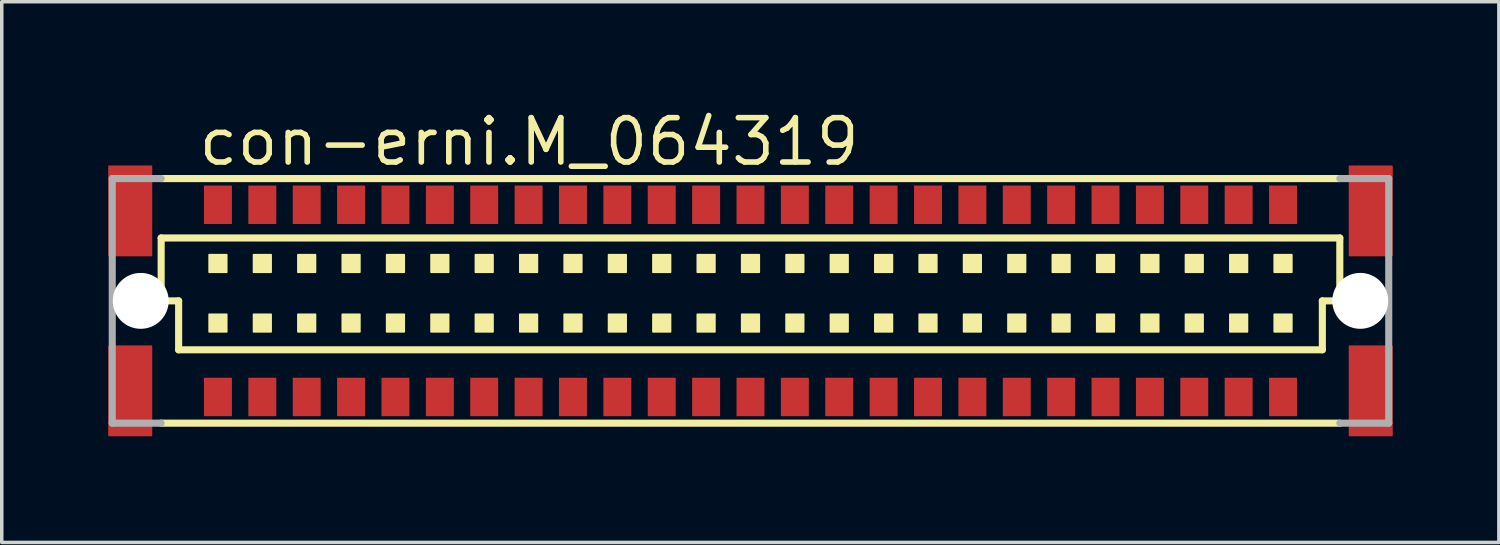
<source format=kicad_pcb>
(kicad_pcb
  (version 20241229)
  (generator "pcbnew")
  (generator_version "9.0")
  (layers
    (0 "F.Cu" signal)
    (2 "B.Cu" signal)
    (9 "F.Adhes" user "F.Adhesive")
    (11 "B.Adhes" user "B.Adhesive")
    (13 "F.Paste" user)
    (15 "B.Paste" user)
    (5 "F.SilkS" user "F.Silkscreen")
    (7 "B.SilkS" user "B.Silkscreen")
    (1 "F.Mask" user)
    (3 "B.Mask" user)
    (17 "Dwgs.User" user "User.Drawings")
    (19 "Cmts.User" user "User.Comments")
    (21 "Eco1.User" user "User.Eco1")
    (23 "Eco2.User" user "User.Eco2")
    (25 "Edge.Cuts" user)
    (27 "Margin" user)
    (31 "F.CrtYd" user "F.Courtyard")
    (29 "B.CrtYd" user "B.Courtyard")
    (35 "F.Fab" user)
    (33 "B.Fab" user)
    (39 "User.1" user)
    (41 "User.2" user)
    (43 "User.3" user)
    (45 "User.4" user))
  (footprint "con-erni.M_064319"
    (layer "F.Cu")
    (at 18.427 5.56)
    (property "Reference" "con-erni.M_064319" (at -15.875 -3.81 0) (layer "F.SilkS") (effects (font (size 1.27 1.27) (thickness 0.16)) (justify left bottom)))
    (attr smd)
    (fp_rect (start -18.355 -1.3) (end -17.145 -3.85) (stroke (width 0.05) (type default)) (fill yes) (layer "F.Cu"))
    (fp_rect (start -18.355 3.85) (end -17.145 1.3) (stroke (width 0.05) (type default)) (fill yes) (layer "F.Cu"))
    (fp_rect (start 17.145 -1.3) (end 18.355 -3.85) (stroke (width 0.05) (type default)) (fill yes) (layer "F.Cu"))
    (fp_rect (start 17.145 3.85) (end 18.355 1.3) (stroke (width 0.05) (type default)) (fill yes) (layer "F.Cu"))
    (fp_rect (start -18.402 -1.262) (end -17.115 -3.888) (stroke (width 0.05) (type default)) (fill yes) (layer "F.Mask"))
    (fp_rect (start -18.39 3.888) (end -17.102 1.262) (stroke (width 0.05) (type default)) (fill yes) (layer "F.Mask"))
    (fp_rect (start 17.103 -1.262) (end 18.39 -3.888) (stroke (width 0.05) (type default)) (fill yes) (layer "F.Mask"))
    (fp_rect (start 17.103 3.888) (end 18.39 1.262) (stroke (width 0.05) (type default)) (fill yes) (layer "F.Mask"))
    (fp_line (start -16.865 -3.5) (end 16.865 -3.5) (stroke (width 0.203) (type default)) (layer "F.SilkS"))
    (fp_line (start -16.865 -1.8) (end 16.865 -1.8) (stroke (width 0.203) (type default)) (layer "F.SilkS"))
    (fp_line (start -16.865 0) (end -16.865 -1.8) (stroke (width 0.203) (type default)) (layer "F.SilkS"))
    (fp_line (start -16.365 0) (end -16.865 0) (stroke (width 0.203) (type default)) (layer "F.SilkS"))
    (fp_line (start -16.365 1.4) (end -16.365 0) (stroke (width 0.203) (type default)) (layer "F.SilkS"))
    (fp_line (start 16.365 0) (end 16.365 1.4) (stroke (width 0.203) (type default)) (layer "F.SilkS"))
    (fp_line (start 16.365 1.4) (end -16.365 1.4) (stroke (width 0.203) (type default)) (layer "F.SilkS"))
    (fp_line (start 16.865 -1.8) (end 16.865 0) (stroke (width 0.203) (type default)) (layer "F.SilkS"))
    (fp_line (start 16.865 0) (end 16.365 0) (stroke (width 0.203) (type default)) (layer "F.SilkS"))
    (fp_line (start 16.865 3.5) (end -16.865 3.5) (stroke (width 0.203) (type default)) (layer "F.SilkS"))
    (fp_rect (start -15.49 -0.82) (end -14.99 -1.32) (stroke (width 0.05) (type default)) (fill yes) (layer "F.SilkS"))
    (fp_rect (start -15.49 0.885) (end -14.99 0.385) (stroke (width 0.05) (type default)) (fill yes) (layer "F.SilkS"))
    (fp_rect (start -14.22 -0.82) (end -13.72 -1.32) (stroke (width 0.05) (type default)) (fill yes) (layer "F.SilkS"))
    (fp_rect (start -14.22 0.885) (end -13.72 0.385) (stroke (width 0.05) (type default)) (fill yes) (layer "F.SilkS"))
    (fp_rect (start -12.95 -0.82) (end -12.45 -1.32) (stroke (width 0.05) (type default)) (fill yes) (layer "F.SilkS"))
    (fp_rect (start -12.95 0.885) (end -12.45 0.385) (stroke (width 0.05) (type default)) (fill yes) (layer "F.SilkS"))
    (fp_rect (start -11.68 -0.82) (end -11.18 -1.32) (stroke (width 0.05) (type default)) (fill yes) (layer "F.SilkS"))
    (fp_rect (start -11.68 0.885) (end -11.18 0.385) (stroke (width 0.05) (type default)) (fill yes) (layer "F.SilkS"))
    (fp_rect (start -10.41 -0.82) (end -9.91 -1.32) (stroke (width 0.05) (type default)) (fill yes) (layer "F.SilkS"))
    (fp_rect (start -10.41 0.885) (end -9.91 0.385) (stroke (width 0.05) (type default)) (fill yes) (layer "F.SilkS"))
    (fp_rect (start -9.14 -0.82) (end -8.64 -1.32) (stroke (width 0.05) (type default)) (fill yes) (layer "F.SilkS"))
    (fp_rect (start -9.14 0.885) (end -8.64 0.385) (stroke (width 0.05) (type default)) (fill yes) (layer "F.SilkS"))
    (fp_rect (start -7.87 -0.82) (end -7.37 -1.32) (stroke (width 0.05) (type default)) (fill yes) (layer "F.SilkS"))
    (fp_rect (start -7.87 0.885) (end -7.37 0.385) (stroke (width 0.05) (type default)) (fill yes) (layer "F.SilkS"))
    (fp_rect (start -6.6 -0.82) (end -6.1 -1.32) (stroke (width 0.05) (type default)) (fill yes) (layer "F.SilkS"))
    (fp_rect (start -6.6 0.885) (end -6.1 0.385) (stroke (width 0.05) (type default)) (fill yes) (layer "F.SilkS"))
    (fp_rect (start -5.33 -0.82) (end -4.83 -1.32) (stroke (width 0.05) (type default)) (fill yes) (layer "F.SilkS"))
    (fp_rect (start -5.33 0.885) (end -4.83 0.385) (stroke (width 0.05) (type default)) (fill yes) (layer "F.SilkS"))
    (fp_rect (start -4.06 -0.82) (end -3.56 -1.32) (stroke (width 0.05) (type default)) (fill yes) (layer "F.SilkS"))
    (fp_rect (start -4.06 0.885) (end -3.56 0.385) (stroke (width 0.05) (type default)) (fill yes) (layer "F.SilkS"))
    (fp_rect (start -2.79 -0.82) (end -2.29 -1.32) (stroke (width 0.05) (type default)) (fill yes) (layer "F.SilkS"))
    (fp_rect (start -2.79 0.885) (end -2.29 0.385) (stroke (width 0.05) (type default)) (fill yes) (layer "F.SilkS"))
    (fp_rect (start -1.52 -0.82) (end -1.02 -1.32) (stroke (width 0.05) (type default)) (fill yes) (layer "F.SilkS"))
    (fp_rect (start -1.52 0.885) (end -1.02 0.385) (stroke (width 0.05) (type default)) (fill yes) (layer "F.SilkS"))
    (fp_rect (start -0.25 -0.82) (end 0.25 -1.32) (stroke (width 0.05) (type default)) (fill yes) (layer "F.SilkS"))
    (fp_rect (start -0.25 0.885) (end 0.25 0.385) (stroke (width 0.05) (type default)) (fill yes) (layer "F.SilkS"))
    (fp_rect (start 1.02 -0.82) (end 1.52 -1.32) (stroke (width 0.05) (type default)) (fill yes) (layer "F.SilkS"))
    (fp_rect (start 1.02 0.885) (end 1.52 0.385) (stroke (width 0.05) (type default)) (fill yes) (layer "F.SilkS"))
    (fp_rect (start 2.29 -0.82) (end 2.79 -1.32) (stroke (width 0.05) (type default)) (fill yes) (layer "F.SilkS"))
    (fp_rect (start 2.29 0.885) (end 2.79 0.385) (stroke (width 0.05) (type default)) (fill yes) (layer "F.SilkS"))
    (fp_rect (start 3.56 -0.82) (end 4.06 -1.32) (stroke (width 0.05) (type default)) (fill yes) (layer "F.SilkS"))
    (fp_rect (start 3.56 0.885) (end 4.06 0.385) (stroke (width 0.05) (type default)) (fill yes) (layer "F.SilkS"))
    (fp_rect (start 4.83 -0.82) (end 5.33 -1.32) (stroke (width 0.05) (type default)) (fill yes) (layer "F.SilkS"))
    (fp_rect (start 4.83 0.885) (end 5.33 0.385) (stroke (width 0.05) (type default)) (fill yes) (layer "F.SilkS"))
    (fp_rect (start 6.1 -0.82) (end 6.6 -1.32) (stroke (width 0.05) (type default)) (fill yes) (layer "F.SilkS"))
    (fp_rect (start 6.1 0.885) (end 6.6 0.385) (stroke (width 0.05) (type default)) (fill yes) (layer "F.SilkS"))
    (fp_rect (start 7.37 -0.82) (end 7.87 -1.32) (stroke (width 0.05) (type default)) (fill yes) (layer "F.SilkS"))
    (fp_rect (start 7.37 0.885) (end 7.87 0.385) (stroke (width 0.05) (type default)) (fill yes) (layer "F.SilkS"))
    (fp_rect (start 8.64 -0.82) (end 9.14 -1.32) (stroke (width 0.05) (type default)) (fill yes) (layer "F.SilkS"))
    (fp_rect (start 8.64 0.885) (end 9.14 0.385) (stroke (width 0.05) (type default)) (fill yes) (layer "F.SilkS"))
    (fp_rect (start 9.91 -0.82) (end 10.41 -1.32) (stroke (width 0.05) (type default)) (fill yes) (layer "F.SilkS"))
    (fp_rect (start 9.91 0.885) (end 10.41 0.385) (stroke (width 0.05) (type default)) (fill yes) (layer "F.SilkS"))
    (fp_rect (start 11.18 -0.82) (end 11.68 -1.32) (stroke (width 0.05) (type default)) (fill yes) (layer "F.SilkS"))
    (fp_rect (start 11.18 0.885) (end 11.68 0.385) (stroke (width 0.05) (type default)) (fill yes) (layer "F.SilkS"))
    (fp_rect (start 12.45 -0.82) (end 12.95 -1.32) (stroke (width 0.05) (type default)) (fill yes) (layer "F.SilkS"))
    (fp_rect (start 12.45 0.885) (end 12.95 0.385) (stroke (width 0.05) (type default)) (fill yes) (layer "F.SilkS"))
    (fp_rect (start 13.72 -0.82) (end 14.22 -1.32) (stroke (width 0.05) (type default)) (fill yes) (layer "F.SilkS"))
    (fp_rect (start 13.72 0.885) (end 14.22 0.385) (stroke (width 0.05) (type default)) (fill yes) (layer "F.SilkS"))
    (fp_rect (start 14.99 -0.82) (end 15.49 -1.32) (stroke (width 0.05) (type default)) (fill yes) (layer "F.SilkS"))
    (fp_rect (start 14.99 0.885) (end 15.49 0.385) (stroke (width 0.05) (type default)) (fill yes) (layer "F.SilkS"))
    (fp_rect (start -18.315 -1.337) (end -17.177 -3.812) (stroke (width 0.05) (type default)) (fill yes) (layer "F.Paste"))
    (fp_rect (start -18.315 3.812) (end -17.177 1.337) (stroke (width 0.05) (type default)) (fill yes) (layer "F.Paste"))
    (fp_rect (start 17.178 -1.337) (end 18.315 -3.812) (stroke (width 0.05) (type default)) (fill yes) (layer "F.Paste"))
    (fp_rect (start 17.178 3.825) (end 18.315 1.35) (stroke (width 0.05) (type default)) (fill yes) (layer "F.Paste"))
    (fp_line (start -18.265 -3.5) (end -16.865 -3.5) (stroke (width 0.203) (type default)) (layer "F.Fab"))
    (fp_line (start -18.265 3.5) (end -18.265 -3.5) (stroke (width 0.203) (type default)) (layer "F.Fab"))
    (fp_line (start -16.865 3.5) (end -18.265 3.5) (stroke (width 0.203) (type default)) (layer "F.Fab"))
    (fp_line (start 16.865 -3.5) (end 18.265 -3.5) (stroke (width 0.203) (type default)) (layer "F.Fab"))
    (fp_line (start 18.265 -3.5) (end 18.265 3.5) (stroke (width 0.203) (type default)) (layer "F.Fab"))
    (fp_line (start 18.265 3.5) (end 16.865 3.5) (stroke (width 0.203) (type default)) (layer "F.Fab"))
    (pad "" np_thru_hole circle (at -17.45 0) (size 1.6 1.6) (drill 1.6) (layers "*.Cu" "*.Mask"))
    (pad "" np_thru_hole circle (at 17.45 0) (size 1.6 1.6) (drill 1.6) (layers "*.Cu" "*.Mask"))
    (pad "A1" smd roundrect (at 15.24 2.75) (size 0.8 1.1) (layers "F.Cu" "F.Mask" "F.Paste") (roundrect_rratio 0.01))
    (pad "A2" smd roundrect (at 13.97 2.75) (size 0.8 1.1) (layers "F.Cu" "F.Mask" "F.Paste") (roundrect_rratio 0.01))
    (pad "A3" smd roundrect (at 12.7 2.75) (size 0.8 1.1) (layers "F.Cu" "F.Mask" "F.Paste") (roundrect_rratio 0.01))
    (pad "A4" smd roundrect (at 11.43 2.75) (size 0.8 1.1) (layers "F.Cu" "F.Mask" "F.Paste") (roundrect_rratio 0.01))
    (pad "A5" smd roundrect (at 10.16 2.75) (size 0.8 1.1) (layers "F.Cu" "F.Mask" "F.Paste") (roundrect_rratio 0.01))
    (pad "A6" smd roundrect (at 8.89 2.75) (size 0.8 1.1) (layers "F.Cu" "F.Mask" "F.Paste") (roundrect_rratio 0.01))
    (pad "A7" smd roundrect (at 7.62 2.75) (size 0.8 1.1) (layers "F.Cu" "F.Mask" "F.Paste") (roundrect_rratio 0.01))
    (pad "A8" smd roundrect (at 6.35 2.75) (size 0.8 1.1) (layers "F.Cu" "F.Mask" "F.Paste") (roundrect_rratio 0.01))
    (pad "A9" smd roundrect (at 5.08 2.75) (size 0.8 1.1) (layers "F.Cu" "F.Mask" "F.Paste") (roundrect_rratio 0.01))
    (pad "A10" smd roundrect (at 3.81 2.75) (size 0.8 1.1) (layers "F.Cu" "F.Mask" "F.Paste") (roundrect_rratio 0.01))
    (pad "A11" smd roundrect (at 2.54 2.75) (size 0.8 1.1) (layers "F.Cu" "F.Mask" "F.Paste") (roundrect_rratio 0.01))
    (pad "A12" smd roundrect (at 1.27 2.75) (size 0.8 1.1) (layers "F.Cu" "F.Mask" "F.Paste") (roundrect_rratio 0.01))
    (pad "A13" smd roundrect (at 0 2.75) (size 0.8 1.1) (layers "F.Cu" "F.Mask" "F.Paste") (roundrect_rratio 0.01))
    (pad "A14" smd roundrect (at -1.27 2.75) (size 0.8 1.1) (layers "F.Cu" "F.Mask" "F.Paste") (roundrect_rratio 0.01))
    (pad "A15" smd roundrect (at -2.54 2.75) (size 0.8 1.1) (layers "F.Cu" "F.Mask" "F.Paste") (roundrect_rratio 0.01))
    (pad "A16" smd roundrect (at -3.81 2.75) (size 0.8 1.1) (layers "F.Cu" "F.Mask" "F.Paste") (roundrect_rratio 0.01))
    (pad "A17" smd roundrect (at -5.08 2.75) (size 0.8 1.1) (layers "F.Cu" "F.Mask" "F.Paste") (roundrect_rratio 0.01))
    (pad "A18" smd roundrect (at -6.35 2.75) (size 0.8 1.1) (layers "F.Cu" "F.Mask" "F.Paste") (roundrect_rratio 0.01))
    (pad "A19" smd roundrect (at -7.62 2.75) (size 0.8 1.1) (layers "F.Cu" "F.Mask" "F.Paste") (roundrect_rratio 0.01))
    (pad "A20" smd roundrect (at -8.89 2.75) (size 0.8 1.1) (layers "F.Cu" "F.Mask" "F.Paste") (roundrect_rratio 0.01))
    (pad "A21" smd roundrect (at -10.16 2.75) (size 0.8 1.1) (layers "F.Cu" "F.Mask" "F.Paste") (roundrect_rratio 0.01))
    (pad "A22" smd roundrect (at -11.43 2.75) (size 0.8 1.1) (layers "F.Cu" "F.Mask" "F.Paste") (roundrect_rratio 0.01))
    (pad "A23" smd roundrect (at -12.7 2.75) (size 0.8 1.1) (layers "F.Cu" "F.Mask" "F.Paste") (roundrect_rratio 0.01))
    (pad "A24" smd roundrect (at -13.97 2.75) (size 0.8 1.1) (layers "F.Cu" "F.Mask" "F.Paste") (roundrect_rratio 0.01))
    (pad "A25" smd roundrect (at -15.24 2.75) (size 0.8 1.1) (layers "F.Cu" "F.Mask" "F.Paste") (roundrect_rratio 0.01))
    (pad "B1" smd roundrect (at 15.24 -2.75) (size 0.8 1.1) (layers "F.Cu" "F.Mask" "F.Paste") (roundrect_rratio 0.01))
    (pad "B2" smd roundrect (at 13.97 -2.75) (size 0.8 1.1) (layers "F.Cu" "F.Mask" "F.Paste") (roundrect_rratio 0.01))
    (pad "B3" smd roundrect (at 12.7 -2.75) (size 0.8 1.1) (layers "F.Cu" "F.Mask" "F.Paste") (roundrect_rratio 0.01))
    (pad "B4" smd roundrect (at 11.43 -2.75) (size 0.8 1.1) (layers "F.Cu" "F.Mask" "F.Paste") (roundrect_rratio 0.01))
    (pad "B5" smd roundrect (at 10.16 -2.75) (size 0.8 1.1) (layers "F.Cu" "F.Mask" "F.Paste") (roundrect_rratio 0.01))
    (pad "B6" smd roundrect (at 8.89 -2.75) (size 0.8 1.1) (layers "F.Cu" "F.Mask" "F.Paste") (roundrect_rratio 0.01))
    (pad "B7" smd roundrect (at 7.62 -2.75) (size 0.8 1.1) (layers "F.Cu" "F.Mask" "F.Paste") (roundrect_rratio 0.01))
    (pad "B8" smd roundrect (at 6.35 -2.75) (size 0.8 1.1) (layers "F.Cu" "F.Mask" "F.Paste") (roundrect_rratio 0.01))
    (pad "B9" smd roundrect (at 5.08 -2.75) (size 0.8 1.1) (layers "F.Cu" "F.Mask" "F.Paste") (roundrect_rratio 0.01))
    (pad "B10" smd roundrect (at 3.81 -2.75) (size 0.8 1.1) (layers "F.Cu" "F.Mask" "F.Paste") (roundrect_rratio 0.01))
    (pad "B11" smd roundrect (at 2.54 -2.75) (size 0.8 1.1) (layers "F.Cu" "F.Mask" "F.Paste") (roundrect_rratio 0.01))
    (pad "B12" smd roundrect (at 1.27 -2.75) (size 0.8 1.1) (layers "F.Cu" "F.Mask" "F.Paste") (roundrect_rratio 0.01))
    (pad "B13" smd roundrect (at 0 -2.75) (size 0.8 1.1) (layers "F.Cu" "F.Mask" "F.Paste") (roundrect_rratio 0.01))
    (pad "B14" smd roundrect (at -1.27 -2.75) (size 0.8 1.1) (layers "F.Cu" "F.Mask" "F.Paste") (roundrect_rratio 0.01))
    (pad "B15" smd roundrect (at -2.54 -2.75) (size 0.8 1.1) (layers "F.Cu" "F.Mask" "F.Paste") (roundrect_rratio 0.01))
    (pad "B16" smd roundrect (at -3.81 -2.75) (size 0.8 1.1) (layers "F.Cu" "F.Mask" "F.Paste") (roundrect_rratio 0.01))
    (pad "B17" smd roundrect (at -5.08 -2.75) (size 0.8 1.1) (layers "F.Cu" "F.Mask" "F.Paste") (roundrect_rratio 0.01))
    (pad "B18" smd roundrect (at -6.35 -2.75) (size 0.8 1.1) (layers "F.Cu" "F.Mask" "F.Paste") (roundrect_rratio 0.01))
    (pad "B19" smd roundrect (at -7.62 -2.75) (size 0.8 1.1) (layers "F.Cu" "F.Mask" "F.Paste") (roundrect_rratio 0.01))
    (pad "B20" smd roundrect (at -8.89 -2.75) (size 0.8 1.1) (layers "F.Cu" "F.Mask" "F.Paste") (roundrect_rratio 0.01))
    (pad "B21" smd roundrect (at -10.16 -2.75) (size 0.8 1.1) (layers "F.Cu" "F.Mask" "F.Paste") (roundrect_rratio 0.01))
    (pad "B22" smd roundrect (at -11.43 -2.75) (size 0.8 1.1) (layers "F.Cu" "F.Mask" "F.Paste") (roundrect_rratio 0.01))
    (pad "B23" smd roundrect (at -12.7 -2.75) (size 0.8 1.1) (layers "F.Cu" "F.Mask" "F.Paste") (roundrect_rratio 0.01))
    (pad "B24" smd roundrect (at -13.97 -2.75) (size 0.8 1.1) (layers "F.Cu" "F.Mask" "F.Paste") (roundrect_rratio 0.01))
    (pad "B25" smd roundrect (at -15.24 -2.75) (size 0.8 1.1) (layers "F.Cu" "F.Mask" "F.Paste") (roundrect_rratio 0.01)))
  (gr_rect
    (start -3 -3)
    (end 39.843 12.473)
    (stroke (width 0.1) (type default))
    (fill no)
    (layer "Edge.Cuts")))
</source>
